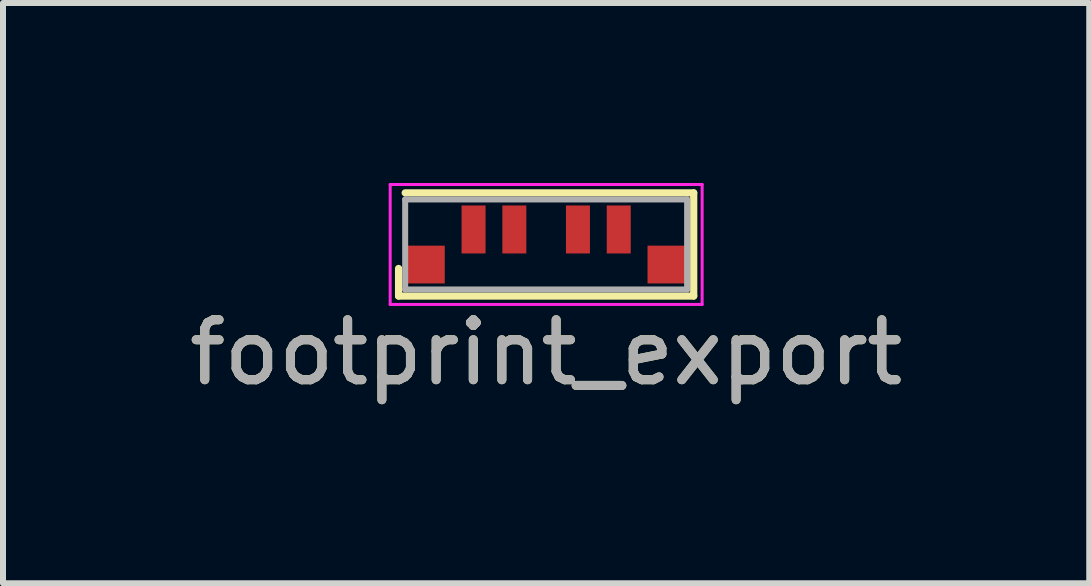
<source format=kicad_pcb>
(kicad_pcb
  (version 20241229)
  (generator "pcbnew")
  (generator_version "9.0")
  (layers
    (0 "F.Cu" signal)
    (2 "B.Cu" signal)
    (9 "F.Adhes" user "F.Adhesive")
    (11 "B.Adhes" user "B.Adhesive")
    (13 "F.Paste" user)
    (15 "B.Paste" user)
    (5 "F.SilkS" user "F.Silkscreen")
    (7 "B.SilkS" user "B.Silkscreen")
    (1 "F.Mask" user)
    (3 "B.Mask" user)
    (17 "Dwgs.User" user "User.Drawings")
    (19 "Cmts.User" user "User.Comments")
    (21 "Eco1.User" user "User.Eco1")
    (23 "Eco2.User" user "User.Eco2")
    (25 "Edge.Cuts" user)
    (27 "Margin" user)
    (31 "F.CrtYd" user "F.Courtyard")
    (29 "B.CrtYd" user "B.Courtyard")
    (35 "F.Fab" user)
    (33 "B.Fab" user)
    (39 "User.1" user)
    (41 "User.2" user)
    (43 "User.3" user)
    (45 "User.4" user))
  (footprint "footprint_export"
    (layer "F.Cu")
    (at 6.054 1.025)
    (property "Reference" "footprint_export" (at 0 1.8 0) (layer "F.SilkS") (effects (font (size 1 1) (thickness 0.15))))
    (attr smd)
    (fp_line (start -2.46 0.4) (end -2.46 0.86) (stroke (width 0.12) (type solid)) (layer "F.SilkS"))
    (fp_line (start -2.46 0.86) (end 2.46 0.86) (stroke (width 0.12) (type solid)) (layer "F.SilkS"))
    (fp_line (start -2.35 -0.86) (end 2.46 -0.86) (stroke (width 0.12) (type solid)) (layer "F.SilkS"))
    (fp_line (start 2.46 -0.86) (end 2.46 0.86) (stroke (width 0.12) (type solid)) (layer "F.SilkS"))
    (fp_line (start -2.6 -1) (end -2.6 1) (stroke (width 0.05) (type solid)) (layer "F.CrtYd"))
    (fp_line (start -2.6 -1) (end 2.6 -1) (stroke (width 0.05) (type solid)) (layer "F.CrtYd"))
    (fp_line (start 2.6 -1) (end 2.6 1) (stroke (width 0.05) (type solid)) (layer "F.CrtYd"))
    (fp_line (start 2.6 1) (end -2.6 1) (stroke (width 0.05) (type solid)) (layer "F.CrtYd"))
    (fp_line (start -2.35 -0.75) (end -2.35 0.75) (stroke (width 0.1) (type solid)) (layer "F.Fab"))
    (fp_line (start -2.35 -0.75) (end 2.35 -0.75) (stroke (width 0.1) (type solid)) (layer "F.Fab"))
    (fp_line (start -2.35 0.75) (end 2.35 0.75) (stroke (width 0.1) (type solid)) (layer "F.Fab"))
    (fp_line (start 2.35 -0.75) (end 2.35 0.75) (stroke (width 0.1) (type solid)) (layer "F.Fab"))
    (fp_text user "${REFERENCE}" (at 0 1.8 0) (layer "F.Fab") (effects (font (size 1 1) (thickness 0.15))))
    (pad "1" smd rect (at -2.02 0.335) (size 0.66 0.63) (layers "F.Cu" "F.Mask" "F.Paste"))
    (pad "2" smd rect (at -1.21 -0.25) (size 0.4 0.8) (layers "F.Cu" "F.Mask" "F.Paste"))
    (pad "3" smd rect (at -0.53 -0.25) (size 0.4 0.8) (layers "F.Cu" "F.Mask" "F.Paste"))
    (pad "4" smd rect (at 0.53 -0.25) (size 0.4 0.8) (layers "F.Cu" "F.Mask" "F.Paste"))
    (pad "5" smd rect (at 1.21 -0.25) (size 0.4 0.8) (layers "F.Cu" "F.Mask" "F.Paste"))
    (pad "6" smd rect (at 2.02 0.335) (size 0.66 0.63) (layers "F.Cu" "F.Mask" "F.Paste")))
  (gr_rect
    (start -3 -3)
    (end 15.107 6.673)
    (stroke (width 0.1) (type default))
    (fill no)
    (layer "Edge.Cuts")))
</source>
